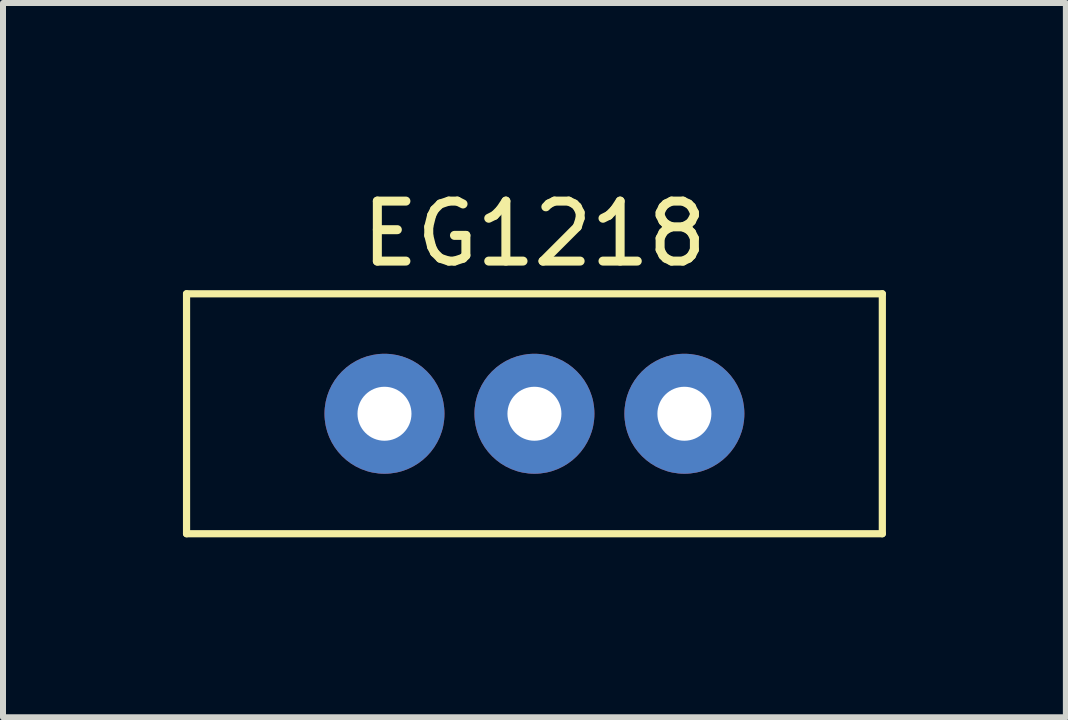
<source format=kicad_pcb>
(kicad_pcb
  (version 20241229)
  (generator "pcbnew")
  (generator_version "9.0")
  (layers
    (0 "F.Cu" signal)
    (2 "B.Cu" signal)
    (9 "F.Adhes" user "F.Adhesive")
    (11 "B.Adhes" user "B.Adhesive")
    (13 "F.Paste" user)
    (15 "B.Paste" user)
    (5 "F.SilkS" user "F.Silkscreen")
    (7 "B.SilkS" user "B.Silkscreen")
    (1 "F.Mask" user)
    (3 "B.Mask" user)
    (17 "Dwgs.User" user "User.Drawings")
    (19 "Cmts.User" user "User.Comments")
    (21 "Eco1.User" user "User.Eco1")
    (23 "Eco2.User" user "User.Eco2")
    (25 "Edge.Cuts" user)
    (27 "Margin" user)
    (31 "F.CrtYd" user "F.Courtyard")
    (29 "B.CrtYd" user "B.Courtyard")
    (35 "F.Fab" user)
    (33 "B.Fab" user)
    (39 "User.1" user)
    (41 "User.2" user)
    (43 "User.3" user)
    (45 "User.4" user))
  (footprint "EG1218"
    (layer "F.Cu")
    (at 5.86 3.848)
    (property "Reference" "EG1218" (at 0 -3 0) (layer "F.SilkS") (effects (font (size 1 1) (thickness 0.15))))
    (attr through_hole)
    (fp_line (start -5.8 -2) (end 5.8 -2) (stroke (width 0.12) (type solid)) (layer "F.SilkS"))
    (fp_line (start -5.8 2) (end -5.8 -2) (stroke (width 0.12) (type solid)) (layer "F.SilkS"))
    (fp_line (start 5.8 -2) (end 5.8 2) (stroke (width 0.12) (type solid)) (layer "F.SilkS"))
    (fp_line (start 5.8 2) (end -5.8 2) (stroke (width 0.12) (type solid)) (layer "F.SilkS"))
    (pad "1" thru_hole circle (at -2.5 0) (size 2 2) (drill 0.9) (layers "*.Cu" "*.Mask"))
    (pad "2" thru_hole circle (at 0 0) (size 2 2) (drill 0.9) (layers "*.Cu" "*.Mask"))
    (pad "3" thru_hole circle (at 2.5 0) (size 2 2) (drill 0.9) (layers "*.Cu" "*.Mask")))
  (gr_rect
    (start -3 -3)
    (end 14.72 8.908)
    (stroke (width 0.1) (type default))
    (fill no)
    (layer "Edge.Cuts")))
</source>
